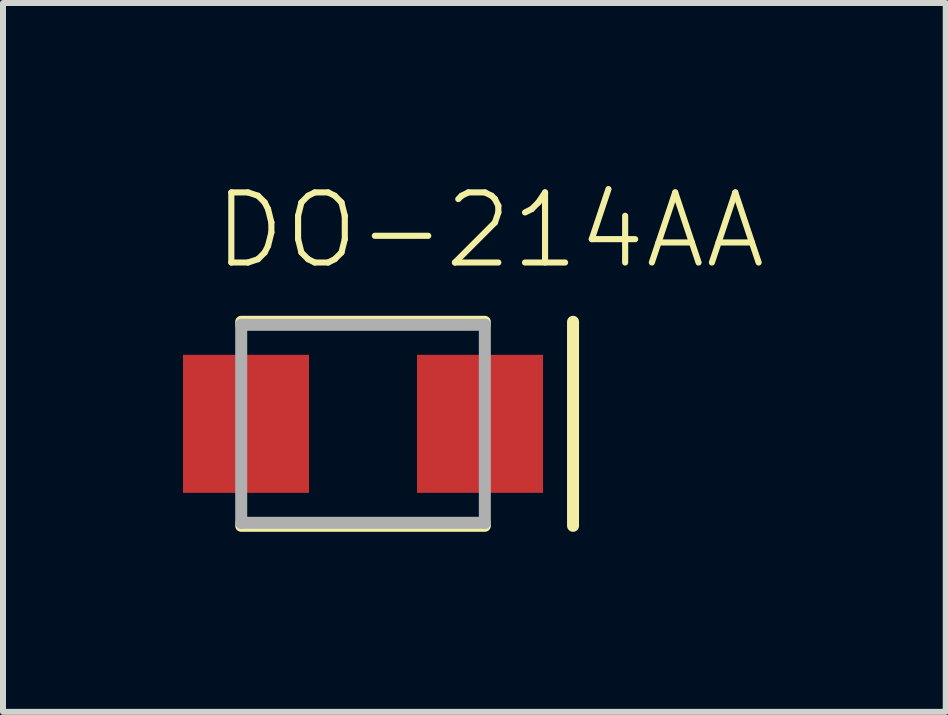
<source format=kicad_pcb>
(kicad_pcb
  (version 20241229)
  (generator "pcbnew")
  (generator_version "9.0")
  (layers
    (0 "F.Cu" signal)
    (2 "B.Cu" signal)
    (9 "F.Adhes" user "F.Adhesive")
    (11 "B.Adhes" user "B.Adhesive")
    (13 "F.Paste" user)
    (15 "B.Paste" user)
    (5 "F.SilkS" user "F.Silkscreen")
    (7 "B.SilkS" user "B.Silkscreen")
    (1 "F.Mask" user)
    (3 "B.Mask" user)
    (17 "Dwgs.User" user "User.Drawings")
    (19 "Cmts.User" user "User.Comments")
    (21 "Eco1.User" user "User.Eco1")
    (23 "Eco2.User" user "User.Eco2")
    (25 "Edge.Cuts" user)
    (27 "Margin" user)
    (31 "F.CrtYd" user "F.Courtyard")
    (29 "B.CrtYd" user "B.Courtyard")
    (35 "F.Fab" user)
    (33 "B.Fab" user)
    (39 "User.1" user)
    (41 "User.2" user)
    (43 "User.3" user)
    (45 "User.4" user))
  (footprint "DO-214AA"
    (layer "F.Cu")
    (at 3 4.013)
    (property "Reference" "DO-214AA" (at -2.54 -2.54 0) (unlocked yes) (layer "F.SilkS") (effects (font (size 1.168 1.168) (thickness 0.102)) (justify left bottom)))
    (fp_line (start -2.03 -1.7) (end 2.03 -1.7) (stroke (width 0.2) (type solid)) (layer "F.SilkS"))
    (fp_line (start -2.03 1.7) (end 2.03 1.7) (stroke (width 0.2) (type solid)) (layer "F.SilkS"))
    (fp_line (start 3.5 -1.7) (end 3.5 1.7) (stroke (width 0.2) (type solid)) (layer "F.SilkS"))
    (fp_line (start -2.03 -1.65) (end 2.03 -1.65) (stroke (width 0.2) (type solid)) (layer "F.Fab"))
    (fp_line (start -2.03 1.65) (end -2.03 -1.65) (stroke (width 0.2) (type solid)) (layer "F.Fab"))
    (fp_line (start 2.03 -1.65) (end 2.03 1.65) (stroke (width 0.2) (type solid)) (layer "F.Fab"))
    (fp_line (start 2.03 1.65) (end -2.03 1.65) (stroke (width 0.2) (type solid)) (layer "F.Fab"))
    (pad "A" smd rect (at -1.95 0) (size 2.1 2.3) (layers "F.Cu" "F.Mask" "F.Paste"))
    (pad "C" smd rect (at 1.95 0) (size 2.1 2.3) (layers "F.Cu" "F.Mask" "F.Paste")))
  (gr_rect
    (start -3 -3)
    (end 12.711 8.813)
    (stroke (width 0.1) (type default))
    (fill no)
    (layer "Edge.Cuts")))
</source>
